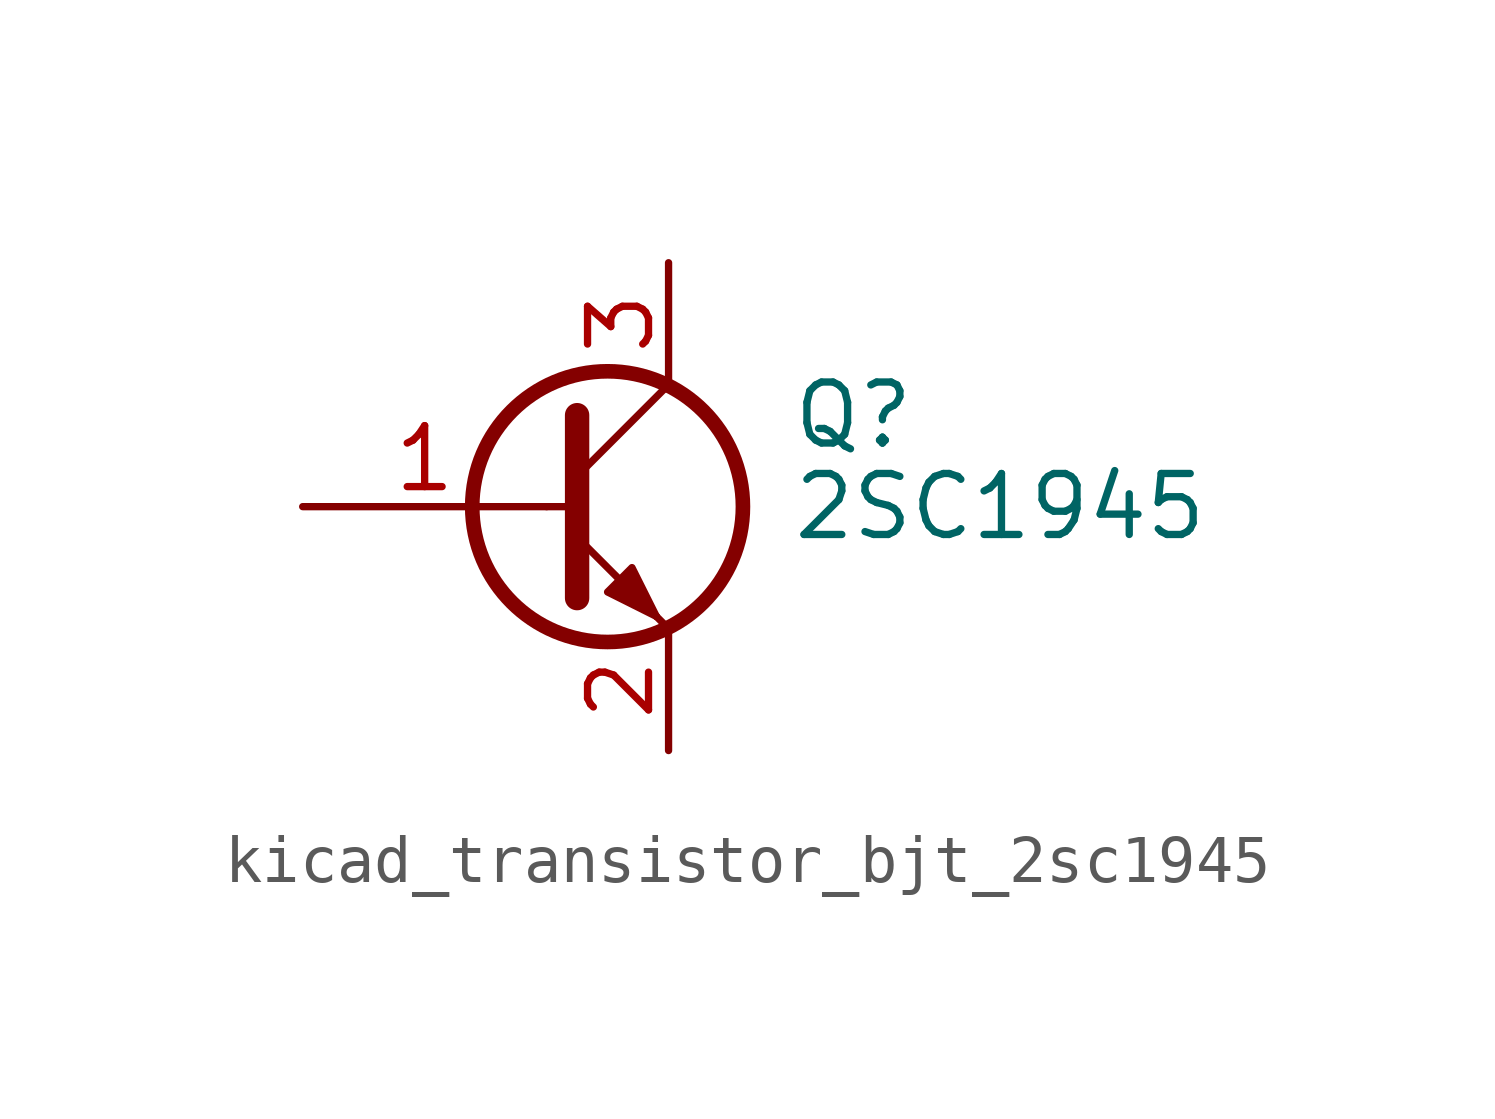
<source format=kicad_sym>
(kicad_symbol_lib
  (version 20220914)
  (generator kicad_symbol_editor)
  (symbol "kicad_transistor_bjt_2sc1945"
    (pin_names
      (offset 0) hide)
    (property "Reference" "Q"
      (at 5.08 1.905 0)
      (effects (font (size 1.27 1.27)) (justify left)))
    (property "Value" "2SC1945"
      (at 5.08 0 0)
      (effects (font (size 1.27 1.27)) (justify left)))
    (symbol "kicad_transistor_bjt_2sc1945_0_1"
      (polyline (pts (xy 0 0) (xy 0.635 0)) (stroke (width 0) (type default)) (fill (type none)))
      (polyline (pts (xy 2.54 2.54) (xy 0.635 0.635)) (stroke (width 0) (type default)) (fill (type none)))
      (polyline (pts (xy 0.635 1.905) (xy 0.635 -1.905) (xy 0.635 -1.905)) (stroke (width 0.508) (type default)) (fill (type none)))
      (polyline (pts (xy 2.286 -2.286) (xy 1.778 -1.778) (xy 1.778 -1.778)) (stroke (width 0) (type default)) (fill (type none)))
      (polyline (pts (xy 2.54 -2.54) (xy 0.635 -0.635) (xy 1.27 -1.27)) (stroke (width 0) (type default)) (fill (type outline)))
      (polyline (pts (xy 1.27 -1.778) (xy 1.778 -1.27) (xy 2.286 -2.286) (xy 1.27 -1.778) (xy 1.27 -1.778)) (stroke (width 0) (type default)) (fill (type outline)))
      (circle (center 1.27 0) (radius 2.819) (stroke (width 0.305) (type default)) (fill (type none))))
    (symbol "kicad_transistor_bjt_2sc1945_1_1"
      (pin input line (at -5.08 0 0) (length 5.08) (name "B" (effects (font (size 1.27 1.27)))) (number "1" (effects (font (size 1.27 1.27)))))
      (pin passive line (at 2.54 -5.08 90) (length 2.54) (name "E" (effects (font (size 1.27 1.27)))) (number "2" (effects (font (size 1.27 1.27)))))
      (pin passive line (at 2.54 5.08 270) (length 2.54) (name "C" (effects (font (size 1.27 1.27)))) (number "3" (effects (font (size 1.27 1.27))))))))
</source>
